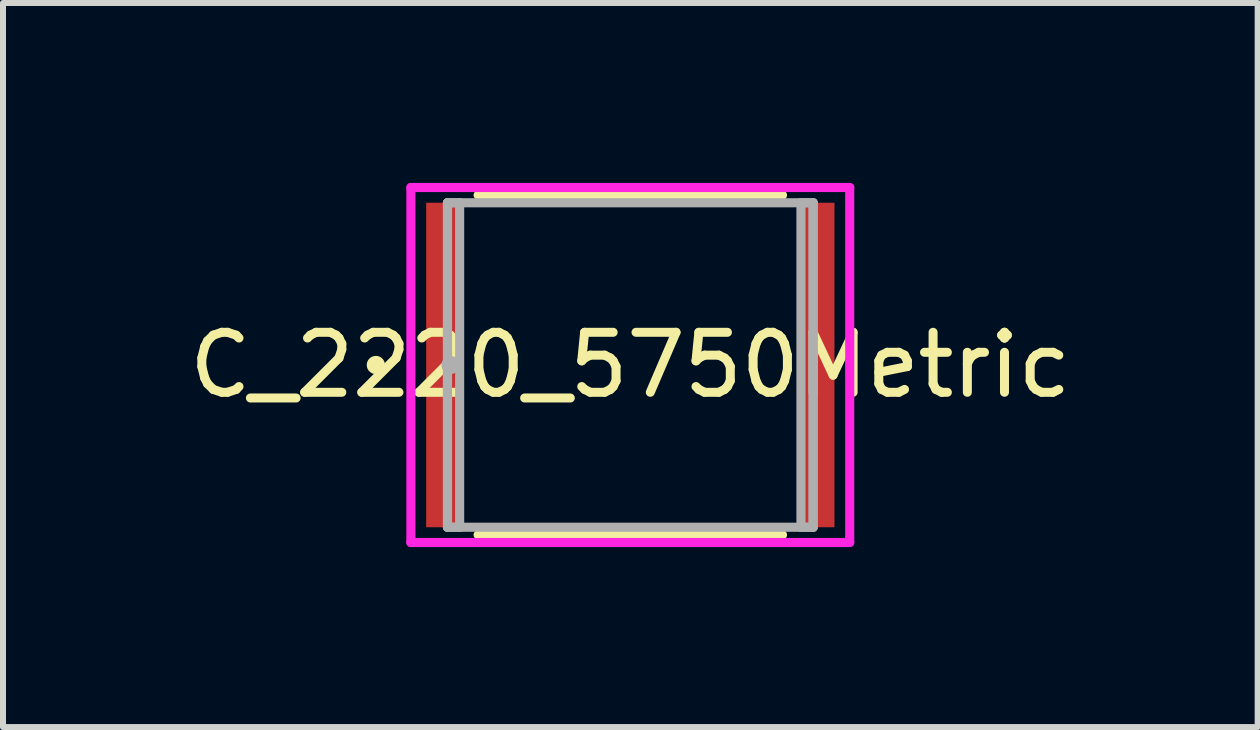
<source format=kicad_pcb>
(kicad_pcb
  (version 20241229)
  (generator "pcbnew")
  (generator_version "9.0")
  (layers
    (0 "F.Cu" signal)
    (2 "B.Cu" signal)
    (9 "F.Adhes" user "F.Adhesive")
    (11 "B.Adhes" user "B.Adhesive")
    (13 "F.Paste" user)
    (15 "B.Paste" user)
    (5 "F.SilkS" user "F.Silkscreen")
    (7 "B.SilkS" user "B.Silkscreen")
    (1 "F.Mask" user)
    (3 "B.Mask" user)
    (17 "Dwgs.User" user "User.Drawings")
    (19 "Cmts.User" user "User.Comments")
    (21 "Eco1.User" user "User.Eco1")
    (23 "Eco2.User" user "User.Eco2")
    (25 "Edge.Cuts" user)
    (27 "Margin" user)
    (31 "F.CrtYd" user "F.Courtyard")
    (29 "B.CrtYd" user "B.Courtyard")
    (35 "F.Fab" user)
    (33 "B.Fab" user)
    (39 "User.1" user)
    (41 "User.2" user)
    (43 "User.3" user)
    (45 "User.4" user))
  (footprint "C_2220_5750Metric"
    (layer "F.Cu")
    (at 7.458 3.035)
    (property "Reference" "C_2220_5750Metric" (at 0 0 0) (layer "F.SilkS") (effects (font (size 1 1) (thickness 0.15))))
    (attr through_hole)
    (fp_line (start -2.537 2.832) (end 2.537 2.832) (stroke (width 0.152) (type solid)) (layer "F.SilkS"))
    (fp_line (start 2.537 -2.832) (end -2.537 -2.832) (stroke (width 0.152) (type solid)) (layer "F.SilkS"))
    (fp_circle (center -4.242 0) (end -4.166 0) (stroke (width 0.152) (type solid)) (fill no) (layer "F.SilkS"))
    (fp_line (start -3.658 -2.959) (end 3.658 -2.959) (stroke (width 0.152) (type solid)) (layer "F.CrtYd"))
    (fp_line (start -3.658 2.959) (end -3.658 -2.959) (stroke (width 0.152) (type solid)) (layer "F.CrtYd"))
    (fp_line (start 3.658 -2.959) (end 3.658 2.959) (stroke (width 0.152) (type solid)) (layer "F.CrtYd"))
    (fp_line (start 3.658 2.959) (end -3.658 2.959) (stroke (width 0.152) (type solid)) (layer "F.CrtYd"))
    (fp_line (start -3.048 -2.705) (end -3.048 2.705) (stroke (width 0.152) (type solid)) (layer "F.Fab"))
    (fp_line (start -3.048 -2.705) (end -3.048 2.705) (stroke (width 0.152) (type solid)) (layer "F.Fab"))
    (fp_line (start -3.048 2.705) (end -2.845 2.705) (stroke (width 0.152) (type solid)) (layer "F.Fab"))
    (fp_line (start -3.048 2.705) (end 3.048 2.705) (stroke (width 0.152) (type solid)) (layer "F.Fab"))
    (fp_line (start -2.845 -2.705) (end -3.048 -2.705) (stroke (width 0.152) (type solid)) (layer "F.Fab"))
    (fp_line (start -2.845 2.705) (end -2.845 -2.705) (stroke (width 0.152) (type solid)) (layer "F.Fab"))
    (fp_line (start 2.845 -2.705) (end 2.845 2.705) (stroke (width 0.152) (type solid)) (layer "F.Fab"))
    (fp_line (start 2.845 2.705) (end 3.048 2.705) (stroke (width 0.152) (type solid)) (layer "F.Fab"))
    (fp_line (start 3.048 -2.705) (end -3.048 -2.705) (stroke (width 0.152) (type solid)) (layer "F.Fab"))
    (fp_line (start 3.048 -2.705) (end 2.845 -2.705) (stroke (width 0.152) (type solid)) (layer "F.Fab"))
    (fp_line (start 3.048 2.705) (end 3.048 -2.705) (stroke (width 0.152) (type solid)) (layer "F.Fab"))
    (fp_line (start 3.048 2.705) (end 3.048 -2.705) (stroke (width 0.152) (type solid)) (layer "F.Fab"))
    (fp_circle (center -2.997 0) (end -2.921 0) (stroke (width 0.152) (type solid)) (fill no) (layer "F.Fab"))
    (pad "1" smd rect (at -3.124 0) (size 0.559 5.41) (layers "F.Cu" "F.Mask" "F.Paste"))
    (pad "2" smd rect (at 3.124 0) (size 0.559 5.41) (layers "F.Cu" "F.Mask" "F.Paste")))
  (gr_rect
    (start -3 -3)
    (end 17.917 9.071)
    (stroke (width 0.1) (type default))
    (fill no)
    (layer "Edge.Cuts")))
</source>
